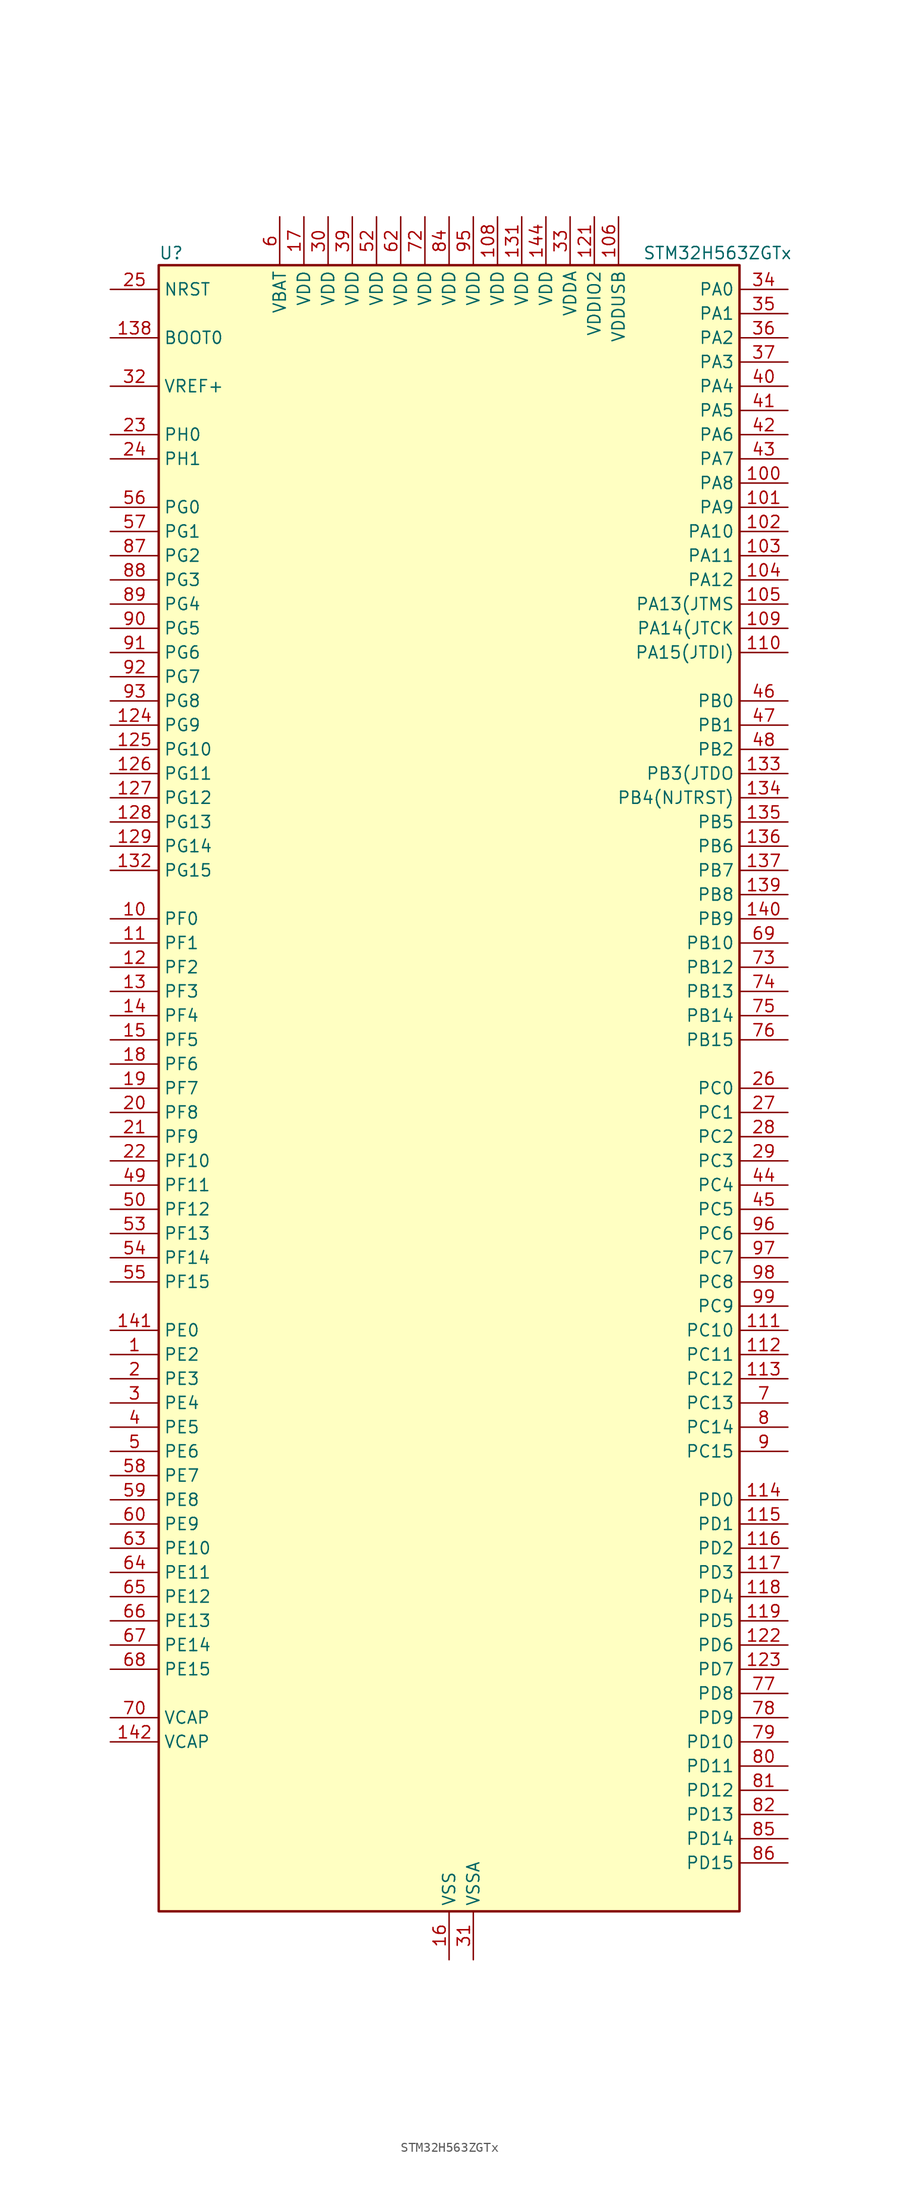
<source format=kicad_sym>
(kicad_symbol_lib
  (version 20231120)
  (generator "kicad_symbol_editor")
  (generator_version "8.0")
  (symbol "STM32H563ZGTx"
    (property "Reference" "U"
      (at -30.48 87.63 0)
      (effects (font (size 1.27 1.27)) (justify left)))
    (property "Value" "STM32H563ZGTx"
      (at 20.32 87.63 0)
      (effects (font (size 1.27 1.27)) (justify left)))
    (property "ki_locked" ""
      (at 0 0 0)
      (effects (font (size 1.27 1.27))))
    (symbol "STM32H563ZGTx_0_1"
      (rectangle (start -30.48 -86.36) (end 30.48 86.36) (stroke (width 0.254) (type default)) (fill (type background))))
    (symbol "STM32H563ZGTx_1_1"
      (pin bidirectional line (at -35.56 -27.94 0) (length 5.08) (name "PE2" (effects (font (size 1.27 1.27)))) (number "1" (effects (font (size 1.27 1.27)))) (alternate "DCMI_D3" bidirectional line) (alternate "DEBUG_TRACECLK" bidirectional line) (alternate "ETH_TXD3" bidirectional line) (alternate "FMC_A23" bidirectional line) (alternate "LPTIM1_IN2" bidirectional line) (alternate "OCTOSPI1_IO2" bidirectional line) (alternate "PSSI_D3" bidirectional line) (alternate "SAI1_CK1" bidirectional line) (alternate "SAI1_MCLK_A" bidirectional line) (alternate "SPI4_SCK" bidirectional line) (alternate "UART8_TX" bidirectional line) (alternate "USART10_RX" bidirectional line))
      (pin bidirectional line (at -35.56 17.78 0) (length 5.08) (name "PF0" (effects (font (size 1.27 1.27)))) (number "10" (effects (font (size 1.27 1.27)))) (alternate "FMC_A0" bidirectional line) (alternate "I2C2_SDA" bidirectional line) (alternate "LPTIM5_CH1" bidirectional line))
      (pin bidirectional line (at 35.56 63.5 180) (length 5.08) (name "PA8" (effects (font (size 1.27 1.27)))) (number "100" (effects (font (size 1.27 1.27)))) (alternate "DCMI_D3" bidirectional line) (alternate "FMC_NOE" bidirectional line) (alternate "I2C3_SCL" bidirectional line) (alternate "PSSI_D3" bidirectional line) (alternate "RCC_MCO_1" bidirectional line) (alternate "SPI1_RDY" bidirectional line) (alternate "TIM1_CH1" bidirectional line) (alternate "TIM8_BKIN2" bidirectional line) (alternate "UART7_RX" bidirectional line) (alternate "USART1_CK" bidirectional line) (alternate "USB_SOF" bidirectional line))
      (pin bidirectional line (at 35.56 60.96 180) (length 5.08) (name "PA9" (effects (font (size 1.27 1.27)))) (number "101" (effects (font (size 1.27 1.27)))) (alternate "DAC1_EXTI9" bidirectional line) (alternate "DCMI_D0" bidirectional line) (alternate "ETH_TX_ER" bidirectional line) (alternate "FMC_NWE" bidirectional line) (alternate "I2C3_SMBA" bidirectional line) (alternate "I2S2_CK" bidirectional line) (alternate "LPUART1_TX" bidirectional line) (alternate "PSSI_D0" bidirectional line) (alternate "SPI2_SCK" bidirectional line) (alternate "TIM1_CH2" bidirectional line) (alternate "UCPD1_DB1" bidirectional line) (alternate "USART1_TX" bidirectional line))
      (pin bidirectional line (at 35.56 58.42 180) (length 5.08) (name "PA10" (effects (font (size 1.27 1.27)))) (number "102" (effects (font (size 1.27 1.27)))) (alternate "DCMI_D1" bidirectional line) (alternate "FDCAN2_TX" bidirectional line) (alternate "LPTIM2_IN2" bidirectional line) (alternate "LPUART1_RX" bidirectional line) (alternate "PSSI_D1" bidirectional line) (alternate "SDMMC1_D0" bidirectional line) (alternate "TIM1_CH3" bidirectional line) (alternate "UCPD1_FRSTX" bidirectional line) (alternate "USART1_RX" bidirectional line))
      (pin bidirectional line (at 35.56 55.88 180) (length 5.08) (name "PA11" (effects (font (size 1.27 1.27)))) (number "103" (effects (font (size 1.27 1.27)))) (alternate "ADC1_EXTI11" bidirectional line) (alternate "ADC2_EXTI11" bidirectional line) (alternate "FDCAN1_RX" bidirectional line) (alternate "I2S2_WS" bidirectional line) (alternate "LPUART1_CTS" bidirectional line) (alternate "SPI2_NSS" bidirectional line) (alternate "TIM1_CH4" bidirectional line) (alternate "UART4_RX" bidirectional line) (alternate "USART1_CTS" bidirectional line) (alternate "USART1_NSS" bidirectional line) (alternate "USB_DM" bidirectional line))
      (pin bidirectional line (at 35.56 53.34 180) (length 5.08) (name "PA12" (effects (font (size 1.27 1.27)))) (number "104" (effects (font (size 1.27 1.27)))) (alternate "FDCAN1_TX" bidirectional line) (alternate "I2S2_CK" bidirectional line) (alternate "LPUART1_RTS" bidirectional line) (alternate "SAI2_FS_B" bidirectional line) (alternate "SPI2_SCK" bidirectional line) (alternate "TIM1_ETR" bidirectional line) (alternate "UART4_TX" bidirectional line) (alternate "USART1_RTS" bidirectional line) (alternate "USB_DP" bidirectional line))
      (pin bidirectional line (at 35.56 50.8 180) (length 5.08) (name "PA13(JTMS" (effects (font (size 1.27 1.27)))) (number "105" (effects (font (size 1.27 1.27)))) (alternate "DEBUG_JTMS-SWDIO" bidirectional line))
      (pin power_in line (at 17.78 91.44 270) (length 5.08) (name "VDDUSB" (effects (font (size 1.27 1.27)))) (number "106" (effects (font (size 1.27 1.27)))))
      (pin passive line (at 0 -91.44 90) (length 5.08) hide (name "VSS" (effects (font (size 1.27 1.27)))) (number "107" (effects (font (size 1.27 1.27)))))
      (pin power_in line (at 5.08 91.44 270) (length 5.08) (name "VDD" (effects (font (size 1.27 1.27)))) (number "108" (effects (font (size 1.27 1.27)))))
      (pin bidirectional line (at 35.56 48.26 180) (length 5.08) (name "PA14(JTCK" (effects (font (size 1.27 1.27)))) (number "109" (effects (font (size 1.27 1.27)))) (alternate "DEBUG_JTCK-SWCLK" bidirectional line))
      (pin bidirectional line (at -35.56 15.24 0) (length 5.08) (name "PF1" (effects (font (size 1.27 1.27)))) (number "11" (effects (font (size 1.27 1.27)))) (alternate "FMC_A1" bidirectional line) (alternate "I2C2_SCL" bidirectional line) (alternate "LPTIM5_CH2" bidirectional line))
      (pin bidirectional line (at 35.56 45.72 180) (length 5.08) (name "PA15(JTDI)" (effects (font (size 1.27 1.27)))) (number "110" (effects (font (size 1.27 1.27)))) (alternate "ADC1_EXTI15" bidirectional line) (alternate "ADC2_EXTI15" bidirectional line) (alternate "CEC" bidirectional line) (alternate "DCMI_D11" bidirectional line) (alternate "DEBUG_JTDI" bidirectional line) (alternate "FMC_NBL1" bidirectional line) (alternate "I2S1_WS" bidirectional line) (alternate "I2S3_WS" bidirectional line) (alternate "LPTIM3_IN2" bidirectional line) (alternate "PSSI_D11" bidirectional line) (alternate "SPI1_NSS" bidirectional line) (alternate "SPI3_NSS" bidirectional line) (alternate "SPI6_NSS" bidirectional line) (alternate "TIM2_CH1" bidirectional line) (alternate "TIM2_ETR" bidirectional line) (alternate "UART4_DE" bidirectional line) (alternate "UART4_RTS" bidirectional line) (alternate "UART7_TX" bidirectional line))
      (pin bidirectional line (at 35.56 -25.4 180) (length 5.08) (name "PC10" (effects (font (size 1.27 1.27)))) (number "111" (effects (font (size 1.27 1.27)))) (alternate "DCMI_D8" bidirectional line) (alternate "ETH_TXD0" bidirectional line) (alternate "I2S3_CK" bidirectional line) (alternate "LPTIM3_ETR" bidirectional line) (alternate "OCTOSPI1_IO1" bidirectional line) (alternate "PSSI_D8" bidirectional line) (alternate "SDMMC1_D2" bidirectional line) (alternate "SPI3_SCK" bidirectional line) (alternate "UART4_TX" bidirectional line) (alternate "USART3_TX" bidirectional line))
      (pin bidirectional line (at 35.56 -27.94 180) (length 5.08) (name "PC11" (effects (font (size 1.27 1.27)))) (number "112" (effects (font (size 1.27 1.27)))) (alternate "ADC1_EXTI11" bidirectional line) (alternate "ADC2_EXTI11" bidirectional line) (alternate "DCMI_D4" bidirectional line) (alternate "I2S3_SDI" bidirectional line) (alternate "LPTIM3_IN1" bidirectional line) (alternate "OCTOSPI1_NCS" bidirectional line) (alternate "PSSI_D4" bidirectional line) (alternate "SDMMC1_D3" bidirectional line) (alternate "SPI3_MISO" bidirectional line) (alternate "UART4_RX" bidirectional line) (alternate "USART3_RX" bidirectional line))
      (pin bidirectional line (at 35.56 -30.48 180) (length 5.08) (name "PC12" (effects (font (size 1.27 1.27)))) (number "113" (effects (font (size 1.27 1.27)))) (alternate "DCMI_D9" bidirectional line) (alternate "DEBUG_TRACED3" bidirectional line) (alternate "I2S3_SDO" bidirectional line) (alternate "PSSI_D9" bidirectional line) (alternate "SDMMC1_CK" bidirectional line) (alternate "SPI3_MOSI" bidirectional line) (alternate "SPI6_SCK" bidirectional line) (alternate "TIM15_CH1" bidirectional line) (alternate "UART5_TX" bidirectional line) (alternate "USART3_CK" bidirectional line))
      (pin bidirectional line (at 35.56 -43.18 180) (length 5.08) (name "PD0" (effects (font (size 1.27 1.27)))) (number "114" (effects (font (size 1.27 1.27)))) (alternate "FDCAN1_RX" bidirectional line) (alternate "FMC_D2" bidirectional line) (alternate "FMC_DA2" bidirectional line) (alternate "TIM8_CH4N" bidirectional line) (alternate "UART4_RX" bidirectional line) (alternate "UART9_CTS" bidirectional line))
      (pin bidirectional line (at 35.56 -45.72 180) (length 5.08) (name "PD1" (effects (font (size 1.27 1.27)))) (number "115" (effects (font (size 1.27 1.27)))) (alternate "FDCAN1_TX" bidirectional line) (alternate "FMC_D3" bidirectional line) (alternate "FMC_DA3" bidirectional line) (alternate "UART4_TX" bidirectional line))
      (pin bidirectional line (at 35.56 -48.26 180) (length 5.08) (name "PD2" (effects (font (size 1.27 1.27)))) (number "116" (effects (font (size 1.27 1.27)))) (alternate "DCMI_D11" bidirectional line) (alternate "DEBUG_TRACED2" bidirectional line) (alternate "LPTIM4_ETR" bidirectional line) (alternate "PSSI_D11" bidirectional line) (alternate "PWR_WKUP7" bidirectional line) (alternate "SDMMC1_CMD" bidirectional line) (alternate "TIM15_BKIN" bidirectional line) (alternate "TIM3_ETR" bidirectional line) (alternate "UART5_RX" bidirectional line))
      (pin bidirectional line (at 35.56 -50.8 180) (length 5.08) (name "PD3" (effects (font (size 1.27 1.27)))) (number "117" (effects (font (size 1.27 1.27)))) (alternate "DCMI_D5" bidirectional line) (alternate "FMC_CLK" bidirectional line) (alternate "I2S2_CK" bidirectional line) (alternate "PSSI_D5" bidirectional line) (alternate "PWR_WKUP8" bidirectional line) (alternate "SPI2_SCK" bidirectional line) (alternate "USART2_CTS" bidirectional line) (alternate "USART2_NSS" bidirectional line))
      (pin bidirectional line (at 35.56 -53.34 180) (length 5.08) (name "PD4" (effects (font (size 1.27 1.27)))) (number "118" (effects (font (size 1.27 1.27)))) (alternate "FMC_NOE" bidirectional line) (alternate "OCTOSPI1_IO4" bidirectional line) (alternate "USART2_RTS" bidirectional line))
      (pin bidirectional line (at 35.56 -55.88 180) (length 5.08) (name "PD5" (effects (font (size 1.27 1.27)))) (number "119" (effects (font (size 1.27 1.27)))) (alternate "FDCAN1_TX" bidirectional line) (alternate "FMC_NWE" bidirectional line) (alternate "OCTOSPI1_IO5" bidirectional line) (alternate "SPI2_RDY" bidirectional line) (alternate "TIM1_CH4N" bidirectional line) (alternate "USART2_TX" bidirectional line))
      (pin bidirectional line (at -35.56 12.7 0) (length 5.08) (name "PF2" (effects (font (size 1.27 1.27)))) (number "12" (effects (font (size 1.27 1.27)))) (alternate "FMC_A2" bidirectional line) (alternate "I2C2_SMBA" bidirectional line) (alternate "LPTIM3_CH2" bidirectional line) (alternate "LPTIM3_IN2" bidirectional line) (alternate "LPTIM5_IN1" bidirectional line) (alternate "UART12_TX" bidirectional line) (alternate "USART11_CK" bidirectional line))
      (pin passive line (at 0 -91.44 90) (length 5.08) hide (name "VSS" (effects (font (size 1.27 1.27)))) (number "120" (effects (font (size 1.27 1.27)))))
      (pin power_in line (at 15.24 91.44 270) (length 5.08) (name "VDDIO2" (effects (font (size 1.27 1.27)))) (number "121" (effects (font (size 1.27 1.27)))))
      (pin bidirectional line (at 35.56 -58.42 180) (length 5.08) (name "PD6" (effects (font (size 1.27 1.27)))) (number "122" (effects (font (size 1.27 1.27)))) (alternate "DCMI_D10" bidirectional line) (alternate "FMC_NWAIT" bidirectional line) (alternate "I2S3_SDO" bidirectional line) (alternate "OCTOSPI1_IO6" bidirectional line) (alternate "PSSI_D10" bidirectional line) (alternate "SAI1_D1" bidirectional line) (alternate "SAI1_SD_A" bidirectional line) (alternate "SDMMC2_CK" bidirectional line) (alternate "SPI3_MOSI" bidirectional line) (alternate "USART2_RX" bidirectional line))
      (pin bidirectional line (at 35.56 -60.96 180) (length 5.08) (name "PD7" (effects (font (size 1.27 1.27)))) (number "123" (effects (font (size 1.27 1.27)))) (alternate "FMC_NCE" bidirectional line) (alternate "FMC_NE1" bidirectional line) (alternate "I2S1_SDO" bidirectional line) (alternate "LPTIM4_OUT" bidirectional line) (alternate "OCTOSPI1_IO7" bidirectional line) (alternate "SDMMC2_CMD" bidirectional line) (alternate "SPI1_MOSI" bidirectional line) (alternate "USART2_CK" bidirectional line))
      (pin bidirectional line (at -35.56 38.1 0) (length 5.08) (name "PG9" (effects (font (size 1.27 1.27)))) (number "124" (effects (font (size 1.27 1.27)))) (alternate "DAC1_EXTI9" bidirectional line) (alternate "DCMI_VSYNC" bidirectional line) (alternate "FMC_NCE" bidirectional line) (alternate "FMC_NE2" bidirectional line) (alternate "I2S1_SDI" bidirectional line) (alternate "OCTOSPI1_IO6" bidirectional line) (alternate "PSSI_RDY" bidirectional line) (alternate "SAI2_FS_B" bidirectional line) (alternate "SDMMC2_D0" bidirectional line) (alternate "SPI1_MISO" bidirectional line) (alternate "USART6_RX" bidirectional line))
      (pin bidirectional line (at -35.56 35.56 0) (length 5.08) (name "PG10" (effects (font (size 1.27 1.27)))) (number "125" (effects (font (size 1.27 1.27)))) (alternate "DCMI_D2" bidirectional line) (alternate "FMC_NE3" bidirectional line) (alternate "I2S1_WS" bidirectional line) (alternate "PSSI_D2" bidirectional line) (alternate "SAI2_SD_B" bidirectional line) (alternate "SDMMC2_D1" bidirectional line) (alternate "SPI1_NSS" bidirectional line))
      (pin bidirectional line (at -35.56 33.02 0) (length 5.08) (name "PG11" (effects (font (size 1.27 1.27)))) (number "126" (effects (font (size 1.27 1.27)))) (alternate "ADC1_EXTI11" bidirectional line) (alternate "ADC2_EXTI11" bidirectional line) (alternate "DCMI_D3" bidirectional line) (alternate "ETH_TX_EN" bidirectional line) (alternate "I2S1_CK" bidirectional line) (alternate "LPTIM1_IN2" bidirectional line) (alternate "PSSI_D3" bidirectional line) (alternate "SDMMC2_D2" bidirectional line) (alternate "SPI1_SCK" bidirectional line) (alternate "USART10_RX" bidirectional line) (alternate "USART11_RTS" bidirectional line))
      (pin bidirectional line (at -35.56 30.48 0) (length 5.08) (name "PG12" (effects (font (size 1.27 1.27)))) (number "127" (effects (font (size 1.27 1.27)))) (alternate "DCMI_D11" bidirectional line) (alternate "ETH_TXD1" bidirectional line) (alternate "FMC_NE4" bidirectional line) (alternate "LPTIM1_IN1" bidirectional line) (alternate "LPTIM5_CH1" bidirectional line) (alternate "PSSI_D11" bidirectional line) (alternate "PSSI_D15" bidirectional line) (alternate "SDMMC2_D3" bidirectional line) (alternate "SPI6_MISO" bidirectional line) (alternate "USART10_TX" bidirectional line) (alternate "USART6_RTS" bidirectional line))
      (pin bidirectional line (at -35.56 27.94 0) (length 5.08) (name "PG13" (effects (font (size 1.27 1.27)))) (number "128" (effects (font (size 1.27 1.27)))) (alternate "DEBUG_TRACED0" bidirectional line) (alternate "ETH_TXD0" bidirectional line) (alternate "FMC_A24" bidirectional line) (alternate "LPTIM1_CH1" bidirectional line) (alternate "LPTIM5_CH2" bidirectional line) (alternate "SDMMC2_D6" bidirectional line) (alternate "SPI6_SCK" bidirectional line) (alternate "USART10_CTS" bidirectional line) (alternate "USART10_NSS" bidirectional line) (alternate "USART6_CTS" bidirectional line) (alternate "USART6_NSS" bidirectional line))
      (pin bidirectional line (at -35.56 25.4 0) (length 5.08) (name "PG14" (effects (font (size 1.27 1.27)))) (number "129" (effects (font (size 1.27 1.27)))) (alternate "DEBUG_TRACED1" bidirectional line) (alternate "ETH_TXD1" bidirectional line) (alternate "FMC_A25" bidirectional line) (alternate "LPTIM1_CH2" bidirectional line) (alternate "LPTIM1_ETR" bidirectional line) (alternate "LPTIM5_IN1" bidirectional line) (alternate "OCTOSPI1_IO7" bidirectional line) (alternate "SDMMC2_D7" bidirectional line) (alternate "SPI6_MOSI" bidirectional line) (alternate "USART10_RTS" bidirectional line) (alternate "USART6_TX" bidirectional line))
      (pin bidirectional line (at -35.56 10.16 0) (length 5.08) (name "PF3" (effects (font (size 1.27 1.27)))) (number "13" (effects (font (size 1.27 1.27)))) (alternate "FMC_A3" bidirectional line) (alternate "LPTIM3_IN1" bidirectional line) (alternate "LPTIM5_IN2" bidirectional line) (alternate "USART11_TX" bidirectional line))
      (pin passive line (at 0 -91.44 90) (length 5.08) hide (name "VSS" (effects (font (size 1.27 1.27)))) (number "130" (effects (font (size 1.27 1.27)))))
      (pin power_in line (at 7.62 91.44 270) (length 5.08) (name "VDD" (effects (font (size 1.27 1.27)))) (number "131" (effects (font (size 1.27 1.27)))))
      (pin bidirectional line (at -35.56 22.86 0) (length 5.08) (name "PG15" (effects (font (size 1.27 1.27)))) (number "132" (effects (font (size 1.27 1.27)))) (alternate "ADC1_EXTI15" bidirectional line) (alternate "ADC2_EXTI15" bidirectional line) (alternate "DCMI_D13" bidirectional line) (alternate "FMC_SDNCAS" bidirectional line) (alternate "PSSI_D13" bidirectional line) (alternate "SPI4_RDY" bidirectional line) (alternate "USART10_CK" bidirectional line) (alternate "USART6_CTS" bidirectional line) (alternate "USART6_NSS" bidirectional line))
      (pin bidirectional line (at 35.56 33.02 180) (length 5.08) (name "PB3(JTDO" (effects (font (size 1.27 1.27)))) (number "133" (effects (font (size 1.27 1.27)))) (alternate "CRS_SYNC" bidirectional line) (alternate "DEBUG_JTDO-SWO" bidirectional line) (alternate "I2C2_SDA" bidirectional line) (alternate "I2S1_CK" bidirectional line) (alternate "I2S3_CK" bidirectional line) (alternate "LPTIM6_ETR" bidirectional line) (alternate "SDMMC2_D2" bidirectional line) (alternate "SPI1_SCK" bidirectional line) (alternate "SPI3_SCK" bidirectional line) (alternate "SPI6_SCK" bidirectional line) (alternate "TIM2_CH2" bidirectional line) (alternate "UART12_CTS" bidirectional line) (alternate "UART7_RX" bidirectional line))
      (pin bidirectional line (at 35.56 30.48 180) (length 5.08) (name "PB4(NJTRST)" (effects (font (size 1.27 1.27)))) (number "134" (effects (font (size 1.27 1.27)))) (alternate "DCMI_D7" bidirectional line) (alternate "DEBUG_JTRST" bidirectional line) (alternate "I2S1_SDI" bidirectional line) (alternate "I2S2_WS" bidirectional line) (alternate "I2S3_SDI" bidirectional line) (alternate "LPTIM1_CH2" bidirectional line) (alternate "OCTOSPI1_CLK" bidirectional line) (alternate "PSSI_D7" bidirectional line) (alternate "SDMMC2_D3" bidirectional line) (alternate "SPI1_MISO" bidirectional line) (alternate "SPI2_NSS" bidirectional line) (alternate "SPI3_MISO" bidirectional line) (alternate "SPI6_MISO" bidirectional line) (alternate "TIM16_BKIN" bidirectional line) (alternate "TIM3_CH1" bidirectional line) (alternate "UART7_TX" bidirectional line))
      (pin bidirectional line (at 35.56 27.94 180) (length 5.08) (name "PB5" (effects (font (size 1.27 1.27)))) (number "135" (effects (font (size 1.27 1.27)))) (alternate "DCMI_D10" bidirectional line) (alternate "ETH_PPS_OUT" bidirectional line) (alternate "FDCAN2_RX" bidirectional line) (alternate "FMC_SDCKE1" bidirectional line) (alternate "I2C1_SMBA" bidirectional line) (alternate "I2C4_SMBA" bidirectional line) (alternate "I2S1_SDO" bidirectional line) (alternate "I2S3_SDO" bidirectional line) (alternate "OCTOSPI1_NCLK" bidirectional line) (alternate "PSSI_D10" bidirectional line) (alternate "SPI1_MOSI" bidirectional line) (alternate "SPI3_MOSI" bidirectional line) (alternate "SPI6_MOSI" bidirectional line) (alternate "TIM17_BKIN" bidirectional line) (alternate "TIM3_CH2" bidirectional line) (alternate "UART5_RX" bidirectional line))
      (pin bidirectional line (at 35.56 25.4 180) (length 5.08) (name "PB6" (effects (font (size 1.27 1.27)))) (number "136" (effects (font (size 1.27 1.27)))) (alternate "CEC" bidirectional line) (alternate "DCMI_D5" bidirectional line) (alternate "FDCAN2_TX" bidirectional line) (alternate "FMC_SDNE1" bidirectional line) (alternate "I2C1_SCL" bidirectional line) (alternate "I2C4_SCL" bidirectional line) (alternate "I3C1_SCL" bidirectional line) (alternate "LPUART1_TX" bidirectional line) (alternate "OCTOSPI1_NCS" bidirectional line) (alternate "PSSI_D5" bidirectional line) (alternate "TIM16_CH1N" bidirectional line) (alternate "TIM4_CH1" bidirectional line) (alternate "UART5_TX" bidirectional line) (alternate "USART1_TX" bidirectional line))
      (pin bidirectional line (at 35.56 22.86 180) (length 5.08) (name "PB7" (effects (font (size 1.27 1.27)))) (number "137" (effects (font (size 1.27 1.27)))) (alternate "DCMI_VSYNC" bidirectional line) (alternate "FDCAN1_TX" bidirectional line) (alternate "FMC_NL" bidirectional line) (alternate "I2C1_SDA" bidirectional line) (alternate "I2C4_SDA" bidirectional line) (alternate "I3C1_SDA" bidirectional line) (alternate "LPUART1_RX" bidirectional line) (alternate "PSSI_RDY" bidirectional line) (alternate "PWR_WKUP5" bidirectional line) (alternate "SDMMC2_CKIN" bidirectional line) (alternate "SDMMC2_D5" bidirectional line) (alternate "TIM17_CH1N" bidirectional line) (alternate "TIM4_CH2" bidirectional line) (alternate "USART1_RX" bidirectional line))
      (pin input line (at -35.56 78.74 0) (length 5.08) (name "BOOT0" (effects (font (size 1.27 1.27)))) (number "138" (effects (font (size 1.27 1.27)))))
      (pin bidirectional line (at 35.56 20.32 180) (length 5.08) (name "PB8" (effects (font (size 1.27 1.27)))) (number "139" (effects (font (size 1.27 1.27)))) (alternate "DCMI_D6" bidirectional line) (alternate "ETH_TXD3" bidirectional line) (alternate "FDCAN1_RX" bidirectional line) (alternate "I2C1_SCL" bidirectional line) (alternate "I2C4_SCL" bidirectional line) (alternate "I3C1_SCL" bidirectional line) (alternate "PSSI_D6" bidirectional line) (alternate "SDMMC1_CKIN" bidirectional line) (alternate "SDMMC1_D4" bidirectional line) (alternate "SDMMC2_D4" bidirectional line) (alternate "SPI4_RDY" bidirectional line) (alternate "TIM16_CH1" bidirectional line) (alternate "TIM4_CH3" bidirectional line) (alternate "UART4_RX" bidirectional line))
      (pin bidirectional line (at -35.56 7.62 0) (length 5.08) (name "PF4" (effects (font (size 1.27 1.27)))) (number "14" (effects (font (size 1.27 1.27)))) (alternate "FMC_A4" bidirectional line) (alternate "LPTIM3_ETR" bidirectional line) (alternate "USART11_RX" bidirectional line))
      (pin bidirectional line (at 35.56 17.78 180) (length 5.08) (name "PB9" (effects (font (size 1.27 1.27)))) (number "140" (effects (font (size 1.27 1.27)))) (alternate "DAC1_EXTI9" bidirectional line) (alternate "DCMI_D7" bidirectional line) (alternate "FDCAN1_TX" bidirectional line) (alternate "I2C1_SDA" bidirectional line) (alternate "I2C4_SDA" bidirectional line) (alternate "I2S2_WS" bidirectional line) (alternate "I3C1_SDA" bidirectional line) (alternate "PSSI_D7" bidirectional line) (alternate "SDMMC1_CDIR" bidirectional line) (alternate "SDMMC1_D5" bidirectional line) (alternate "SDMMC2_CKIN" bidirectional line) (alternate "SDMMC2_D5" bidirectional line) (alternate "SPI2_NSS" bidirectional line) (alternate "TIM17_CH1" bidirectional line) (alternate "TIM4_CH4" bidirectional line) (alternate "UART4_TX" bidirectional line))
      (pin bidirectional line (at -35.56 -25.4 0) (length 5.08) (name "PE0" (effects (font (size 1.27 1.27)))) (number "141" (effects (font (size 1.27 1.27)))) (alternate "DCMI_D2" bidirectional line) (alternate "FDCAN1_RX" bidirectional line) (alternate "FMC_NBL0" bidirectional line) (alternate "LPTIM1_ETR" bidirectional line) (alternate "LPTIM2_CH2" bidirectional line) (alternate "LPTIM2_ETR" bidirectional line) (alternate "PSSI_D2" bidirectional line) (alternate "SAI2_MCLK_A" bidirectional line) (alternate "SPI3_RDY" bidirectional line) (alternate "TIM4_ETR" bidirectional line) (alternate "UART8_RX" bidirectional line))
      (pin power_out line (at -35.56 -68.58 0) (length 5.08) (name "VCAP" (effects (font (size 1.27 1.27)))) (number "142" (effects (font (size 1.27 1.27)))))
      (pin passive line (at 0 -91.44 90) (length 5.08) hide (name "VSS" (effects (font (size 1.27 1.27)))) (number "143" (effects (font (size 1.27 1.27)))))
      (pin power_in line (at 10.16 91.44 270) (length 5.08) (name "VDD" (effects (font (size 1.27 1.27)))) (number "144" (effects (font (size 1.27 1.27)))))
      (pin bidirectional line (at -35.56 5.08 0) (length 5.08) (name "PF5" (effects (font (size 1.27 1.27)))) (number "15" (effects (font (size 1.27 1.27)))) (alternate "FMC_A5" bidirectional line) (alternate "I2C4_SCL" bidirectional line) (alternate "I3C1_SCL" bidirectional line) (alternate "LPTIM3_CH1" bidirectional line) (alternate "LPTIM3_IN1" bidirectional line) (alternate "UART12_RX" bidirectional line) (alternate "USART11_CTS" bidirectional line) (alternate "USART11_NSS" bidirectional line))
      (pin power_in line (at 0 -91.44 90) (length 5.08) (name "VSS" (effects (font (size 1.27 1.27)))) (number "16" (effects (font (size 1.27 1.27)))))
      (pin power_in line (at -15.24 91.44 270) (length 5.08) (name "VDD" (effects (font (size 1.27 1.27)))) (number "17" (effects (font (size 1.27 1.27)))))
      (pin bidirectional line (at -35.56 2.54 0) (length 5.08) (name "PF6" (effects (font (size 1.27 1.27)))) (number "18" (effects (font (size 1.27 1.27)))) (alternate "LPTIM5_CH1" bidirectional line) (alternate "OCTOSPI1_IO3" bidirectional line) (alternate "SAI1_SD_B" bidirectional line) (alternate "SPI5_NSS" bidirectional line) (alternate "TIM16_CH1" bidirectional line) (alternate "UART7_RX" bidirectional line))
      (pin bidirectional line (at -35.56 0 0) (length 5.08) (name "PF7" (effects (font (size 1.27 1.27)))) (number "19" (effects (font (size 1.27 1.27)))) (alternate "LPTIM5_CH2" bidirectional line) (alternate "OCTOSPI1_IO2" bidirectional line) (alternate "SAI1_MCLK_B" bidirectional line) (alternate "SPI5_SCK" bidirectional line) (alternate "TIM17_CH1" bidirectional line) (alternate "UART7_TX" bidirectional line))
      (pin bidirectional line (at -35.56 -30.48 0) (length 5.08) (name "PE3" (effects (font (size 1.27 1.27)))) (number "2" (effects (font (size 1.27 1.27)))) (alternate "DEBUG_TRACED0" bidirectional line) (alternate "FMC_A19" bidirectional line) (alternate "SAI1_SD_B" bidirectional line) (alternate "TAMP_IN6" bidirectional line) (alternate "TAMP_OUT3" bidirectional line) (alternate "TIM15_BKIN" bidirectional line) (alternate "USART10_TX" bidirectional line))
      (pin bidirectional line (at -35.56 -2.54 0) (length 5.08) (name "PF8" (effects (font (size 1.27 1.27)))) (number "20" (effects (font (size 1.27 1.27)))) (alternate "LPTIM5_IN1" bidirectional line) (alternate "OCTOSPI1_IO0" bidirectional line) (alternate "SAI1_SCK_B" bidirectional line) (alternate "SPI5_MISO" bidirectional line) (alternate "TIM13_CH1" bidirectional line) (alternate "TIM16_CH1N" bidirectional line) (alternate "UART7_RTS" bidirectional line))
      (pin bidirectional line (at -35.56 -5.08 0) (length 5.08) (name "PF9" (effects (font (size 1.27 1.27)))) (number "21" (effects (font (size 1.27 1.27)))) (alternate "DAC1_EXTI9" bidirectional line) (alternate "LPTIM5_IN2" bidirectional line) (alternate "OCTOSPI1_IO1" bidirectional line) (alternate "SAI1_FS_B" bidirectional line) (alternate "SPI5_MOSI" bidirectional line) (alternate "TIM14_CH1" bidirectional line) (alternate "TIM17_CH1N" bidirectional line) (alternate "UART7_CTS" bidirectional line))
      (pin bidirectional line (at -35.56 -7.62 0) (length 5.08) (name "PF10" (effects (font (size 1.27 1.27)))) (number "22" (effects (font (size 1.27 1.27)))) (alternate "DCMI_D11" bidirectional line) (alternate "OCTOSPI1_CLK" bidirectional line) (alternate "PSSI_D11" bidirectional line) (alternate "PSSI_D15" bidirectional line) (alternate "SAI1_D3" bidirectional line) (alternate "TIM16_BKIN" bidirectional line))
      (pin bidirectional line (at -35.56 68.58 0) (length 5.08) (name "PH0" (effects (font (size 1.27 1.27)))) (number "23" (effects (font (size 1.27 1.27)))) (alternate "RCC_OSC_IN" bidirectional line))
      (pin bidirectional line (at -35.56 66.04 0) (length 5.08) (name "PH1" (effects (font (size 1.27 1.27)))) (number "24" (effects (font (size 1.27 1.27)))) (alternate "RCC_OSC_OUT" bidirectional line))
      (pin input line (at -35.56 83.82 0) (length 5.08) (name "NRST" (effects (font (size 1.27 1.27)))) (number "25" (effects (font (size 1.27 1.27)))))
      (pin bidirectional line (at 35.56 0 180) (length 5.08) (name "PC0" (effects (font (size 1.27 1.27)))) (number "26" (effects (font (size 1.27 1.27)))) (alternate "ADC1_INP10" bidirectional line) (alternate "ADC2_INP10" bidirectional line) (alternate "FMC_A25" bidirectional line) (alternate "FMC_SDNWE" bidirectional line) (alternate "OCTOSPI1_IO7" bidirectional line) (alternate "SAI1_MCLK_A" bidirectional line) (alternate "SAI2_FS_B" bidirectional line) (alternate "SPI2_RDY" bidirectional line) (alternate "TIM16_BKIN" bidirectional line))
      (pin bidirectional line (at 35.56 -2.54 180) (length 5.08) (name "PC1" (effects (font (size 1.27 1.27)))) (number "27" (effects (font (size 1.27 1.27)))) (alternate "ADC1_INN10" bidirectional line) (alternate "ADC1_INP11" bidirectional line) (alternate "ADC2_INN10" bidirectional line) (alternate "ADC2_INP11" bidirectional line) (alternate "DEBUG_TRACED0" bidirectional line) (alternate "ETH_MDC" bidirectional line) (alternate "I2S2_SDO" bidirectional line) (alternate "OCTOSPI1_IO4" bidirectional line) (alternate "PWR_WKUP6" bidirectional line) (alternate "SAI1_D1" bidirectional line) (alternate "SAI1_SD_A" bidirectional line) (alternate "SAI2_SD_A" bidirectional line) (alternate "SDMMC2_CK" bidirectional line) (alternate "SPI2_MOSI" bidirectional line) (alternate "TAMP_IN3" bidirectional line) (alternate "TAMP_OUT5" bidirectional line) (alternate "USART11_RTS" bidirectional line))
      (pin bidirectional line (at 35.56 -5.08 180) (length 5.08) (name "PC2" (effects (font (size 1.27 1.27)))) (number "28" (effects (font (size 1.27 1.27)))) (alternate "ADC1_INN11" bidirectional line) (alternate "ADC1_INP12" bidirectional line) (alternate "ADC2_INN11" bidirectional line) (alternate "ADC2_INP12" bidirectional line) (alternate "ETH_TXD2" bidirectional line) (alternate "FMC_SDNE0" bidirectional line) (alternate "I2S2_SDI" bidirectional line) (alternate "OCTOSPI1_IO2" bidirectional line) (alternate "OCTOSPI1_IO5" bidirectional line) (alternate "PWR_CSLEEP" bidirectional line) (alternate "SPI2_MISO" bidirectional line) (alternate "TIM17_CH1" bidirectional line) (alternate "TIM4_CH4" bidirectional line))
      (pin bidirectional line (at 35.56 -7.62 180) (length 5.08) (name "PC3" (effects (font (size 1.27 1.27)))) (number "29" (effects (font (size 1.27 1.27)))) (alternate "ADC1_INN12" bidirectional line) (alternate "ADC1_INP13" bidirectional line) (alternate "ADC2_INN12" bidirectional line) (alternate "ADC2_INP13" bidirectional line) (alternate "ETH_TX_CLK" bidirectional line) (alternate "FMC_SDCKE0" bidirectional line) (alternate "I2S2_SDO" bidirectional line) (alternate "LPTIM3_CH1" bidirectional line) (alternate "OCTOSPI1_IO0" bidirectional line) (alternate "OCTOSPI1_IO6" bidirectional line) (alternate "PWR_CSTOP" bidirectional line) (alternate "SAI1_D3" bidirectional line) (alternate "SPI2_MOSI" bidirectional line))
      (pin bidirectional line (at -35.56 -33.02 0) (length 5.08) (name "PE4" (effects (font (size 1.27 1.27)))) (number "3" (effects (font (size 1.27 1.27)))) (alternate "DCMI_D4" bidirectional line) (alternate "DEBUG_TRACED1" bidirectional line) (alternate "FMC_A20" bidirectional line) (alternate "PSSI_D4" bidirectional line) (alternate "SAI1_D2" bidirectional line) (alternate "SAI1_FS_A" bidirectional line) (alternate "SPI4_NSS" bidirectional line) (alternate "TAMP_IN7" bidirectional line) (alternate "TAMP_OUT8" bidirectional line) (alternate "TIM15_CH1N" bidirectional line))
      (pin power_in line (at -12.7 91.44 270) (length 5.08) (name "VDD" (effects (font (size 1.27 1.27)))) (number "30" (effects (font (size 1.27 1.27)))))
      (pin power_in line (at 2.54 -91.44 90) (length 5.08) (name "VSSA" (effects (font (size 1.27 1.27)))) (number "31" (effects (font (size 1.27 1.27)))))
      (pin input line (at -35.56 73.66 0) (length 5.08) (name "VREF+" (effects (font (size 1.27 1.27)))) (number "32" (effects (font (size 1.27 1.27)))))
      (pin power_in line (at 12.7 91.44 270) (length 5.08) (name "VDDA" (effects (font (size 1.27 1.27)))) (number "33" (effects (font (size 1.27 1.27)))))
      (pin bidirectional line (at 35.56 83.82 180) (length 5.08) (name "PA0" (effects (font (size 1.27 1.27)))) (number "34" (effects (font (size 1.27 1.27)))) (alternate "ADC1_INN1" bidirectional line) (alternate "ADC1_INP0" bidirectional line) (alternate "ADC2_INN1" bidirectional line) (alternate "ADC2_INP0" bidirectional line) (alternate "ETH_CRS" bidirectional line) (alternate "PWR_WKUP1" bidirectional line) (alternate "SAI2_SD_B" bidirectional line) (alternate "SDMMC2_CMD" bidirectional line) (alternate "SPI3_RDY" bidirectional line) (alternate "SPI6_NSS" bidirectional line) (alternate "TAMP_IN2" bidirectional line) (alternate "TAMP_OUT1" bidirectional line) (alternate "TIM15_BKIN" bidirectional line) (alternate "TIM2_CH1" bidirectional line) (alternate "TIM2_ETR" bidirectional line) (alternate "TIM5_CH1" bidirectional line) (alternate "TIM8_ETR" bidirectional line) (alternate "UART4_TX" bidirectional line) (alternate "USART2_CTS" bidirectional line) (alternate "USART2_NSS" bidirectional line))
      (pin bidirectional line (at 35.56 81.28 180) (length 5.08) (name "PA1" (effects (font (size 1.27 1.27)))) (number "35" (effects (font (size 1.27 1.27)))) (alternate "ADC1_INP1" bidirectional line) (alternate "ADC2_INP1" bidirectional line) (alternate "ETH_REF_CLK" bidirectional line) (alternate "ETH_RX_CLK" bidirectional line) (alternate "LPTIM1_IN1" bidirectional line) (alternate "OCTOSPI1_DQS" bidirectional line) (alternate "OCTOSPI1_IO3" bidirectional line) (alternate "SAI2_MCLK_B" bidirectional line) (alternate "TAMP_IN5" bidirectional line) (alternate "TAMP_OUT4" bidirectional line) (alternate "TIM15_CH1N" bidirectional line) (alternate "TIM2_CH2" bidirectional line) (alternate "TIM5_CH2" bidirectional line) (alternate "UART4_RX" bidirectional line) (alternate "USART2_RTS" bidirectional line))
      (pin bidirectional line (at 35.56 78.74 180) (length 5.08) (name "PA2" (effects (font (size 1.27 1.27)))) (number "36" (effects (font (size 1.27 1.27)))) (alternate "ADC1_INP14" bidirectional line) (alternate "ADC2_INP14" bidirectional line) (alternate "ETH_MDIO" bidirectional line) (alternate "LPTIM1_IN2" bidirectional line) (alternate "PWR_WKUP2" bidirectional line) (alternate "SAI2_SCK_B" bidirectional line) (alternate "TAMP_IN4" bidirectional line) (alternate "TAMP_OUT3" bidirectional line) (alternate "TIM15_CH1" bidirectional line) (alternate "TIM2_CH3" bidirectional line) (alternate "TIM5_CH3" bidirectional line) (alternate "USART2_TX" bidirectional line))
      (pin bidirectional line (at 35.56 76.2 180) (length 5.08) (name "PA3" (effects (font (size 1.27 1.27)))) (number "37" (effects (font (size 1.27 1.27)))) (alternate "ADC1_INP15" bidirectional line) (alternate "ADC2_INP15" bidirectional line) (alternate "ETH_COL" bidirectional line) (alternate "I2S2_WS" bidirectional line) (alternate "OCTOSPI1_CLK" bidirectional line) (alternate "SAI1_SD_B" bidirectional line) (alternate "SPI2_NSS" bidirectional line) (alternate "TIM15_CH2" bidirectional line) (alternate "TIM2_CH4" bidirectional line) (alternate "TIM5_CH4" bidirectional line) (alternate "USART2_RX" bidirectional line))
      (pin passive line (at 0 -91.44 90) (length 5.08) hide (name "VSS" (effects (font (size 1.27 1.27)))) (number "38" (effects (font (size 1.27 1.27)))))
      (pin power_in line (at -10.16 91.44 270) (length 5.08) (name "VDD" (effects (font (size 1.27 1.27)))) (number "39" (effects (font (size 1.27 1.27)))))
      (pin bidirectional line (at -35.56 -35.56 0) (length 5.08) (name "PE5" (effects (font (size 1.27 1.27)))) (number "4" (effects (font (size 1.27 1.27)))) (alternate "DCMI_D6" bidirectional line) (alternate "DEBUG_TRACED2" bidirectional line) (alternate "FMC_A21" bidirectional line) (alternate "PSSI_D6" bidirectional line) (alternate "SAI1_CK2" bidirectional line) (alternate "SAI1_SCK_A" bidirectional line) (alternate "SPI4_MISO" bidirectional line) (alternate "TAMP_IN8" bidirectional line) (alternate "TAMP_OUT7" bidirectional line) (alternate "TIM15_CH1" bidirectional line))
      (pin bidirectional line (at 35.56 73.66 180) (length 5.08) (name "PA4" (effects (font (size 1.27 1.27)))) (number "40" (effects (font (size 1.27 1.27)))) (alternate "ADC1_INP18" bidirectional line) (alternate "ADC2_INP18" bidirectional line) (alternate "DAC1_OUT1" bidirectional line) (alternate "DCMI_HSYNC" bidirectional line) (alternate "I2S1_WS" bidirectional line) (alternate "I2S3_WS" bidirectional line) (alternate "LPTIM2_CH1" bidirectional line) (alternate "PSSI_DE" bidirectional line) (alternate "SPI1_NSS" bidirectional line) (alternate "SPI3_NSS" bidirectional line) (alternate "SPI6_NSS" bidirectional line) (alternate "TIM5_ETR" bidirectional line) (alternate "USART2_CK" bidirectional line))
      (pin bidirectional line (at 35.56 71.12 180) (length 5.08) (name "PA5" (effects (font (size 1.27 1.27)))) (number "41" (effects (font (size 1.27 1.27)))) (alternate "ADC1_INN18" bidirectional line) (alternate "ADC1_INP19" bidirectional line) (alternate "ADC2_INN18" bidirectional line) (alternate "ADC2_INP19" bidirectional line) (alternate "DAC1_OUT2" bidirectional line) (alternate "ETH_TX_EN" bidirectional line) (alternate "I2S1_CK" bidirectional line) (alternate "PSSI_D14" bidirectional line) (alternate "SPI1_SCK" bidirectional line) (alternate "SPI6_SCK" bidirectional line) (alternate "TIM2_CH1" bidirectional line) (alternate "TIM2_ETR" bidirectional line) (alternate "TIM8_CH1N" bidirectional line))
      (pin bidirectional line (at 35.56 68.58 180) (length 5.08) (name "PA6" (effects (font (size 1.27 1.27)))) (number "42" (effects (font (size 1.27 1.27)))) (alternate "ADC1_INP3" bidirectional line) (alternate "ADC2_INP3" bidirectional line) (alternate "DCMI_PIXCLK" bidirectional line) (alternate "I2S1_SDI" bidirectional line) (alternate "OCTOSPI1_IO3" bidirectional line) (alternate "PSSI_PDCK" bidirectional line) (alternate "SPI1_MISO" bidirectional line) (alternate "SPI6_MISO" bidirectional line) (alternate "TIM13_CH1" bidirectional line) (alternate "TIM1_BKIN" bidirectional line) (alternate "TIM3_CH1" bidirectional line) (alternate "TIM8_BKIN" bidirectional line) (alternate "USART11_TX" bidirectional line))
      (pin bidirectional line (at 35.56 66.04 180) (length 5.08) (name "PA7" (effects (font (size 1.27 1.27)))) (number "43" (effects (font (size 1.27 1.27)))) (alternate "ADC1_INN3" bidirectional line) (alternate "ADC1_INP7" bidirectional line) (alternate "ADC2_INN3" bidirectional line) (alternate "ADC2_INP7" bidirectional line) (alternate "ETH_CRS_DV" bidirectional line) (alternate "ETH_RX_DV" bidirectional line) (alternate "FMC_NWE" bidirectional line) (alternate "FMC_SDNWE" bidirectional line) (alternate "I2S1_SDO" bidirectional line) (alternate "OCTOSPI1_IO2" bidirectional line) (alternate "SPI1_MOSI" bidirectional line) (alternate "SPI6_MOSI" bidirectional line) (alternate "TIM14_CH1" bidirectional line) (alternate "TIM1_CH1N" bidirectional line) (alternate "TIM3_CH2" bidirectional line) (alternate "TIM8_CH1N" bidirectional line) (alternate "USART11_RX" bidirectional line))
      (pin bidirectional line (at 35.56 -10.16 180) (length 5.08) (name "PC4" (effects (font (size 1.27 1.27)))) (number "44" (effects (font (size 1.27 1.27)))) (alternate "ADC1_INP4" bidirectional line) (alternate "ADC2_INP4" bidirectional line) (alternate "ETH_RXD0" bidirectional line) (alternate "FMC_SDNE0" bidirectional line) (alternate "I2S1_MCK" bidirectional line) (alternate "LPTIM2_ETR" bidirectional line) (alternate "SAI1_CK1" bidirectional line) (alternate "TIM2_CH4" bidirectional line) (alternate "USART3_RX" bidirectional line))
      (pin bidirectional line (at 35.56 -12.7 180) (length 5.08) (name "PC5" (effects (font (size 1.27 1.27)))) (number "45" (effects (font (size 1.27 1.27)))) (alternate "ADC1_INN4" bidirectional line) (alternate "ADC1_INP8" bidirectional line) (alternate "ADC2_INN4" bidirectional line) (alternate "ADC2_INP8" bidirectional line) (alternate "ETH_RXD1" bidirectional line) (alternate "FMC_SDCKE0" bidirectional line) (alternate "OCTOSPI1_DQS" bidirectional line) (alternate "PSSI_D15" bidirectional line) (alternate "SAI1_D3" bidirectional line) (alternate "SAI1_FS_A" bidirectional line) (alternate "TIM1_CH4N" bidirectional line) (alternate "UART12_RTS" bidirectional line))
      (pin bidirectional line (at 35.56 40.64 180) (length 5.08) (name "PB0" (effects (font (size 1.27 1.27)))) (number "46" (effects (font (size 1.27 1.27)))) (alternate "ADC1_INN5" bidirectional line) (alternate "ADC1_INP9" bidirectional line) (alternate "ADC2_INN5" bidirectional line) (alternate "ADC2_INP9" bidirectional line) (alternate "ETH_RXD2" bidirectional line) (alternate "LPTIM3_CH1" bidirectional line) (alternate "OCTOSPI1_IO1" bidirectional line) (alternate "TIM1_CH2N" bidirectional line) (alternate "TIM3_CH3" bidirectional line) (alternate "TIM8_CH2N" bidirectional line) (alternate "UART4_CTS" bidirectional line) (alternate "USART11_CK" bidirectional line))
      (pin bidirectional line (at 35.56 38.1 180) (length 5.08) (name "PB1" (effects (font (size 1.27 1.27)))) (number "47" (effects (font (size 1.27 1.27)))) (alternate "ADC1_INP5" bidirectional line) (alternate "ADC2_INP5" bidirectional line) (alternate "ETH_RXD3" bidirectional line) (alternate "LPTIM3_CH2" bidirectional line) (alternate "OCTOSPI1_IO0" bidirectional line) (alternate "TIM1_CH3N" bidirectional line) (alternate "TIM3_CH4" bidirectional line) (alternate "TIM8_CH3N" bidirectional line))
      (pin bidirectional line (at 35.56 35.56 180) (length 5.08) (name "PB2" (effects (font (size 1.27 1.27)))) (number "48" (effects (font (size 1.27 1.27)))) (alternate "I2S3_SDO" bidirectional line) (alternate "LPTIM1_CH1" bidirectional line) (alternate "LPTIM5_ETR" bidirectional line) (alternate "OCTOSPI1_CLK" bidirectional line) (alternate "OCTOSPI1_DQS" bidirectional line) (alternate "RCC_LSCO" bidirectional line) (alternate "RTC_OUT2" bidirectional line) (alternate "SAI1_D1" bidirectional line) (alternate "SAI1_SD_A" bidirectional line) (alternate "SDMMC1_CMD" bidirectional line) (alternate "SPI1_RDY" bidirectional line) (alternate "SPI3_MOSI" bidirectional line) (alternate "TIM8_CH4N" bidirectional line))
      (pin bidirectional line (at -35.56 -10.16 0) (length 5.08) (name "PF11" (effects (font (size 1.27 1.27)))) (number "49" (effects (font (size 1.27 1.27)))) (alternate "ADC1_EXTI11" bidirectional line) (alternate "ADC1_INP2" bidirectional line) (alternate "ADC2_EXTI11" bidirectional line) (alternate "DCMI_D12" bidirectional line) (alternate "FMC_SDNRAS" bidirectional line) (alternate "LPTIM6_CH1" bidirectional line) (alternate "OCTOSPI1_NCLK" bidirectional line) (alternate "PSSI_D12" bidirectional line) (alternate "SAI2_SD_B" bidirectional line) (alternate "SPI5_MOSI" bidirectional line))
      (pin bidirectional line (at -35.56 -38.1 0) (length 5.08) (name "PE6" (effects (font (size 1.27 1.27)))) (number "5" (effects (font (size 1.27 1.27)))) (alternate "DCMI_D7" bidirectional line) (alternate "DEBUG_TRACED3" bidirectional line) (alternate "FMC_A22" bidirectional line) (alternate "PSSI_D7" bidirectional line) (alternate "SAI1_D1" bidirectional line) (alternate "SAI1_SD_A" bidirectional line) (alternate "SAI2_MCLK_B" bidirectional line) (alternate "SPI4_MOSI" bidirectional line) (alternate "TAMP_IN3" bidirectional line) (alternate "TAMP_OUT6" bidirectional line) (alternate "TIM15_CH2" bidirectional line) (alternate "TIM1_BKIN2" bidirectional line))
      (pin bidirectional line (at -35.56 -12.7 0) (length 5.08) (name "PF12" (effects (font (size 1.27 1.27)))) (number "50" (effects (font (size 1.27 1.27)))) (alternate "ADC1_INN2" bidirectional line) (alternate "ADC1_INP6" bidirectional line) (alternate "FMC_A6" bidirectional line) (alternate "LPTIM6_CH2" bidirectional line))
      (pin passive line (at 0 -91.44 90) (length 5.08) hide (name "VSS" (effects (font (size 1.27 1.27)))) (number "51" (effects (font (size 1.27 1.27)))))
      (pin power_in line (at -7.62 91.44 270) (length 5.08) (name "VDD" (effects (font (size 1.27 1.27)))) (number "52" (effects (font (size 1.27 1.27)))))
      (pin bidirectional line (at -35.56 -15.24 0) (length 5.08) (name "PF13" (effects (font (size 1.27 1.27)))) (number "53" (effects (font (size 1.27 1.27)))) (alternate "ADC2_INP2" bidirectional line) (alternate "FMC_A7" bidirectional line) (alternate "I2C4_SMBA" bidirectional line) (alternate "LPTIM6_IN1" bidirectional line))
      (pin bidirectional line (at -35.56 -17.78 0) (length 5.08) (name "PF14" (effects (font (size 1.27 1.27)))) (number "54" (effects (font (size 1.27 1.27)))) (alternate "ADC2_INN2" bidirectional line) (alternate "ADC2_INP6" bidirectional line) (alternate "FMC_A8" bidirectional line) (alternate "LPTIM6_IN2" bidirectional line))
      (pin bidirectional line (at -35.56 -20.32 0) (length 5.08) (name "PF15" (effects (font (size 1.27 1.27)))) (number "55" (effects (font (size 1.27 1.27)))) (alternate "ADC1_EXTI15" bidirectional line) (alternate "ADC2_EXTI15" bidirectional line) (alternate "FMC_A9" bidirectional line) (alternate "I2C4_SDA" bidirectional line) (alternate "I3C1_SDA" bidirectional line))
      (pin bidirectional line (at -35.56 60.96 0) (length 5.08) (name "PG0" (effects (font (size 1.27 1.27)))) (number "56" (effects (font (size 1.27 1.27)))) (alternate "FMC_A10" bidirectional line) (alternate "LPTIM4_IN1" bidirectional line) (alternate "UART9_RX" bidirectional line))
      (pin bidirectional line (at -35.56 58.42 0) (length 5.08) (name "PG1" (effects (font (size 1.27 1.27)))) (number "57" (effects (font (size 1.27 1.27)))) (alternate "FMC_A11" bidirectional line) (alternate "I2S2_SDO" bidirectional line) (alternate "SPI2_MOSI" bidirectional line) (alternate "UART9_TX" bidirectional line))
      (pin bidirectional line (at -35.56 -40.64 0) (length 5.08) (name "PE7" (effects (font (size 1.27 1.27)))) (number "58" (effects (font (size 1.27 1.27)))) (alternate "FMC_D4" bidirectional line) (alternate "FMC_DA4" bidirectional line) (alternate "OCTOSPI1_IO4" bidirectional line) (alternate "TIM1_ETR" bidirectional line) (alternate "UART12_RTS" bidirectional line) (alternate "UART7_RX" bidirectional line))
      (pin bidirectional line (at -35.56 -43.18 0) (length 5.08) (name "PE8" (effects (font (size 1.27 1.27)))) (number "59" (effects (font (size 1.27 1.27)))) (alternate "FMC_D5" bidirectional line) (alternate "FMC_DA5" bidirectional line) (alternate "OCTOSPI1_IO5" bidirectional line) (alternate "TIM1_CH1N" bidirectional line) (alternate "UART12_CTS" bidirectional line) (alternate "UART7_TX" bidirectional line))
      (pin power_in line (at -17.78 91.44 270) (length 5.08) (name "VBAT" (effects (font (size 1.27 1.27)))) (number "6" (effects (font (size 1.27 1.27)))))
      (pin bidirectional line (at -35.56 -45.72 0) (length 5.08) (name "PE9" (effects (font (size 1.27 1.27)))) (number "60" (effects (font (size 1.27 1.27)))) (alternate "DAC1_EXTI9" bidirectional line) (alternate "FMC_D6" bidirectional line) (alternate "FMC_DA6" bidirectional line) (alternate "OCTOSPI1_IO6" bidirectional line) (alternate "TIM1_CH1" bidirectional line) (alternate "UART12_RX" bidirectional line) (alternate "UART7_RTS" bidirectional line))
      (pin passive line (at 0 -91.44 90) (length 5.08) hide (name "VSS" (effects (font (size 1.27 1.27)))) (number "61" (effects (font (size 1.27 1.27)))))
      (pin power_in line (at -5.08 91.44 270) (length 5.08) (name "VDD" (effects (font (size 1.27 1.27)))) (number "62" (effects (font (size 1.27 1.27)))))
      (pin bidirectional line (at -35.56 -48.26 0) (length 5.08) (name "PE10" (effects (font (size 1.27 1.27)))) (number "63" (effects (font (size 1.27 1.27)))) (alternate "FMC_D7" bidirectional line) (alternate "FMC_DA7" bidirectional line) (alternate "OCTOSPI1_IO7" bidirectional line) (alternate "TIM1_CH2N" bidirectional line) (alternate "UART12_TX" bidirectional line) (alternate "UART7_CTS" bidirectional line))
      (pin bidirectional line (at -35.56 -50.8 0) (length 5.08) (name "PE11" (effects (font (size 1.27 1.27)))) (number "64" (effects (font (size 1.27 1.27)))) (alternate "ADC1_EXTI11" bidirectional line) (alternate "ADC2_EXTI11" bidirectional line) (alternate "FMC_D8" bidirectional line) (alternate "FMC_DA8" bidirectional line) (alternate "OCTOSPI1_NCS" bidirectional line) (alternate "SAI2_SD_B" bidirectional line) (alternate "SPI1_RDY" bidirectional line) (alternate "SPI4_NSS" bidirectional line) (alternate "TIM1_CH2" bidirectional line))
      (pin bidirectional line (at -35.56 -53.34 0) (length 5.08) (name "PE12" (effects (font (size 1.27 1.27)))) (number "65" (effects (font (size 1.27 1.27)))) (alternate "FMC_D9" bidirectional line) (alternate "FMC_DA9" bidirectional line) (alternate "SAI2_SCK_B" bidirectional line) (alternate "SPI4_SCK" bidirectional line) (alternate "TIM1_CH3N" bidirectional line))
      (pin bidirectional line (at -35.56 -55.88 0) (length 5.08) (name "PE13" (effects (font (size 1.27 1.27)))) (number "66" (effects (font (size 1.27 1.27)))) (alternate "FMC_D10" bidirectional line) (alternate "FMC_DA10" bidirectional line) (alternate "SAI2_FS_B" bidirectional line) (alternate "SPI4_MISO" bidirectional line) (alternate "TIM1_CH3" bidirectional line))
      (pin bidirectional line (at -35.56 -58.42 0) (length 5.08) (name "PE14" (effects (font (size 1.27 1.27)))) (number "67" (effects (font (size 1.27 1.27)))) (alternate "FMC_D11" bidirectional line) (alternate "FMC_DA11" bidirectional line) (alternate "SAI2_MCLK_B" bidirectional line) (alternate "SPI4_MOSI" bidirectional line) (alternate "TIM1_CH4" bidirectional line))
      (pin bidirectional line (at -35.56 -60.96 0) (length 5.08) (name "PE15" (effects (font (size 1.27 1.27)))) (number "68" (effects (font (size 1.27 1.27)))) (alternate "ADC1_EXTI15" bidirectional line) (alternate "ADC2_EXTI15" bidirectional line) (alternate "FMC_D12" bidirectional line) (alternate "FMC_DA12" bidirectional line) (alternate "TIM1_BKIN" bidirectional line) (alternate "TIM1_CH4N" bidirectional line) (alternate "USART10_CK" bidirectional line))
      (pin bidirectional line (at 35.56 15.24 180) (length 5.08) (name "PB10" (effects (font (size 1.27 1.27)))) (number "69" (effects (font (size 1.27 1.27)))) (alternate "ETH_RX_ER" bidirectional line) (alternate "I2C2_SCL" bidirectional line) (alternate "I2S2_CK" bidirectional line) (alternate "LPTIM2_IN1" bidirectional line) (alternate "LPTIM3_CH1" bidirectional line) (alternate "OCTOSPI1_NCS" bidirectional line) (alternate "SPI2_SCK" bidirectional line) (alternate "TIM2_CH3" bidirectional line) (alternate "USART3_TX" bidirectional line))
      (pin bidirectional line (at 35.56 -33.02 180) (length 5.08) (name "PC13" (effects (font (size 1.27 1.27)))) (number "7" (effects (font (size 1.27 1.27)))) (alternate "PWR_WKUP4" bidirectional line) (alternate "RTC_OUT1" bidirectional line) (alternate "RTC_TS" bidirectional line) (alternate "TAMP_IN1" bidirectional line) (alternate "TAMP_OUT2" bidirectional line) (alternate "TAMP_OUT3" bidirectional line))
      (pin power_out line (at -35.56 -66.04 0) (length 5.08) (name "VCAP" (effects (font (size 1.27 1.27)))) (number "70" (effects (font (size 1.27 1.27)))))
      (pin passive line (at 0 -91.44 90) (length 5.08) hide (name "VSS" (effects (font (size 1.27 1.27)))) (number "71" (effects (font (size 1.27 1.27)))))
      (pin power_in line (at -2.54 91.44 270) (length 5.08) (name "VDD" (effects (font (size 1.27 1.27)))) (number "72" (effects (font (size 1.27 1.27)))))
      (pin bidirectional line (at 35.56 12.7 180) (length 5.08) (name "PB12" (effects (font (size 1.27 1.27)))) (number "73" (effects (font (size 1.27 1.27)))) (alternate "ETH_TXD0" bidirectional line) (alternate "FDCAN2_RX" bidirectional line) (alternate "I2C2_SDA" bidirectional line) (alternate "I2S2_WS" bidirectional line) (alternate "OCTOSPI1_NCLK" bidirectional line) (alternate "SPI2_NSS" bidirectional line) (alternate "TIM1_BKIN" bidirectional line) (alternate "UART5_RX" bidirectional line) (alternate "UCPD1_FRSTX" bidirectional line) (alternate "USART3_CK" bidirectional line))
      (pin bidirectional line (at 35.56 10.16 180) (length 5.08) (name "PB13" (effects (font (size 1.27 1.27)))) (number "74" (effects (font (size 1.27 1.27)))) (alternate "FDCAN2_TX" bidirectional line) (alternate "I2C2_SMBA" bidirectional line) (alternate "I2S2_CK" bidirectional line) (alternate "LPTIM2_CH1" bidirectional line) (alternate "LPTIM3_IN1" bidirectional line) (alternate "SDMMC1_D0" bidirectional line) (alternate "SPI2_SCK" bidirectional line) (alternate "TIM1_CH1N" bidirectional line) (alternate "UART5_TX" bidirectional line) (alternate "UCPD1_CC1" bidirectional line) (alternate "USART3_CTS" bidirectional line) (alternate "USART3_NSS" bidirectional line))
      (pin bidirectional line (at 35.56 7.62 180) (length 5.08) (name "PB14" (effects (font (size 1.27 1.27)))) (number "75" (effects (font (size 1.27 1.27)))) (alternate "I2S2_SDI" bidirectional line) (alternate "LPTIM3_ETR" bidirectional line) (alternate "SDMMC2_D0" bidirectional line) (alternate "SPI2_MISO" bidirectional line) (alternate "TIM12_CH1" bidirectional line) (alternate "TIM1_CH2N" bidirectional line) (alternate "TIM8_CH2N" bidirectional line) (alternate "UART4_DE" bidirectional line) (alternate "UART4_RTS" bidirectional line) (alternate "UCPD1_CC2" bidirectional line) (alternate "USART1_TX" bidirectional line) (alternate "USART3_RTS" bidirectional line))
      (pin bidirectional line (at 35.56 5.08 180) (length 5.08) (name "PB15" (effects (font (size 1.27 1.27)))) (number "76" (effects (font (size 1.27 1.27)))) (alternate "ADC1_EXTI15" bidirectional line) (alternate "ADC2_EXTI15" bidirectional line) (alternate "DCMI_D2" bidirectional line) (alternate "ETH_TXD1" bidirectional line) (alternate "I2S2_SDO" bidirectional line) (alternate "OCTOSPI1_CLK" bidirectional line) (alternate "PSSI_D2" bidirectional line) (alternate "PWR_PVD_IN" bidirectional line) (alternate "RTC_REFIN" bidirectional line) (alternate "SDMMC2_D1" bidirectional line) (alternate "SPI2_MOSI" bidirectional line) (alternate "TIM12_CH2" bidirectional line) (alternate "TIM1_CH3N" bidirectional line) (alternate "TIM8_CH3N" bidirectional line) (alternate "UART4_CTS" bidirectional line) (alternate "UART5_RX" bidirectional line) (alternate "USART11_CTS" bidirectional line) (alternate "USART11_NSS" bidirectional line) (alternate "USART1_RX" bidirectional line))
      (pin bidirectional line (at 35.56 -63.5 180) (length 5.08) (name "PD8" (effects (font (size 1.27 1.27)))) (number "77" (effects (font (size 1.27 1.27)))) (alternate "FMC_D13" bidirectional line) (alternate "FMC_DA13" bidirectional line) (alternate "USART3_TX" bidirectional line))
      (pin bidirectional line (at 35.56 -66.04 180) (length 5.08) (name "PD9" (effects (font (size 1.27 1.27)))) (number "78" (effects (font (size 1.27 1.27)))) (alternate "DAC1_EXTI9" bidirectional line) (alternate "FDCAN2_RX" bidirectional line) (alternate "FMC_D14" bidirectional line) (alternate "FMC_DA14" bidirectional line) (alternate "USART3_RX" bidirectional line))
      (pin bidirectional line (at 35.56 -68.58 180) (length 5.08) (name "PD10" (effects (font (size 1.27 1.27)))) (number "79" (effects (font (size 1.27 1.27)))) (alternate "FMC_D15" bidirectional line) (alternate "FMC_DA15" bidirectional line) (alternate "LPTIM2_CH2" bidirectional line) (alternate "USART3_CK" bidirectional line))
      (pin bidirectional line (at 35.56 -35.56 180) (length 5.08) (name "PC14" (effects (font (size 1.27 1.27)))) (number "8" (effects (font (size 1.27 1.27)))) (alternate "RCC_OSC32_IN" bidirectional line))
      (pin bidirectional line (at 35.56 -71.12 180) (length 5.08) (name "PD11" (effects (font (size 1.27 1.27)))) (number "80" (effects (font (size 1.27 1.27)))) (alternate "ADC1_EXTI11" bidirectional line) (alternate "ADC2_EXTI11" bidirectional line) (alternate "FMC_A16" bidirectional line) (alternate "FMC_CLE" bidirectional line) (alternate "I2C4_SMBA" bidirectional line) (alternate "LPTIM2_IN2" bidirectional line) (alternate "OCTOSPI1_IO0" bidirectional line) (alternate "SAI1_CK1" bidirectional line) (alternate "SAI2_SD_A" bidirectional line) (alternate "UART4_RX" bidirectional line) (alternate "USART3_CTS" bidirectional line) (alternate "USART3_NSS" bidirectional line))
      (pin bidirectional line (at 35.56 -73.66 180) (length 5.08) (name "PD12" (effects (font (size 1.27 1.27)))) (number "81" (effects (font (size 1.27 1.27)))) (alternate "DCMI_D12" bidirectional line) (alternate "FMC_A17" bidirectional line) (alternate "FMC_ALE" bidirectional line) (alternate "I2C4_SCL" bidirectional line) (alternate "I3C1_SCL" bidirectional line) (alternate "LPTIM1_IN1" bidirectional line) (alternate "LPTIM2_IN1" bidirectional line) (alternate "OCTOSPI1_IO1" bidirectional line) (alternate "PSSI_D12" bidirectional line) (alternate "SAI1_D1" bidirectional line) (alternate "SAI2_FS_A" bidirectional line) (alternate "TIM4_CH1" bidirectional line) (alternate "UART4_TX" bidirectional line) (alternate "USART3_RTS" bidirectional line))
      (pin bidirectional line (at 35.56 -76.2 180) (length 5.08) (name "PD13" (effects (font (size 1.27 1.27)))) (number "82" (effects (font (size 1.27 1.27)))) (alternate "DCMI_D13" bidirectional line) (alternate "FMC_A18" bidirectional line) (alternate "I2C4_SDA" bidirectional line) (alternate "I3C1_SDA" bidirectional line) (alternate "LPTIM1_CH1" bidirectional line) (alternate "LPTIM2_CH1" bidirectional line) (alternate "LPTIM4_IN1" bidirectional line) (alternate "OCTOSPI1_IO3" bidirectional line) (alternate "PSSI_D13" bidirectional line) (alternate "SAI2_SCK_A" bidirectional line) (alternate "TIM4_CH2" bidirectional line) (alternate "UART9_RTS" bidirectional line))
      (pin passive line (at 0 -91.44 90) (length 5.08) hide (name "VSS" (effects (font (size 1.27 1.27)))) (number "83" (effects (font (size 1.27 1.27)))))
      (pin power_in line (at 0 91.44 270) (length 5.08) (name "VDD" (effects (font (size 1.27 1.27)))) (number "84" (effects (font (size 1.27 1.27)))))
      (pin bidirectional line (at 35.56 -78.74 180) (length 5.08) (name "PD14" (effects (font (size 1.27 1.27)))) (number "85" (effects (font (size 1.27 1.27)))) (alternate "FMC_D0" bidirectional line) (alternate "FMC_DA0" bidirectional line) (alternate "TIM4_CH3" bidirectional line) (alternate "UART8_CTS" bidirectional line) (alternate "UART9_RX" bidirectional line))
      (pin bidirectional line (at 35.56 -81.28 180) (length 5.08) (name "PD15" (effects (font (size 1.27 1.27)))) (number "86" (effects (font (size 1.27 1.27)))) (alternate "ADC1_EXTI15" bidirectional line) (alternate "ADC2_EXTI15" bidirectional line) (alternate "FMC_D1" bidirectional line) (alternate "FMC_DA1" bidirectional line) (alternate "TIM4_CH4" bidirectional line) (alternate "UART8_RTS" bidirectional line) (alternate "UART9_TX" bidirectional line))
      (pin bidirectional line (at -35.56 55.88 0) (length 5.08) (name "PG2" (effects (font (size 1.27 1.27)))) (number "87" (effects (font (size 1.27 1.27)))) (alternate "FMC_A12" bidirectional line) (alternate "LPTIM6_ETR" bidirectional line) (alternate "TIM8_BKIN" bidirectional line) (alternate "UART12_RX" bidirectional line))
      (pin bidirectional line (at -35.56 53.34 0) (length 5.08) (name "PG3" (effects (font (size 1.27 1.27)))) (number "88" (effects (font (size 1.27 1.27)))) (alternate "FMC_A13" bidirectional line) (alternate "LPTIM5_ETR" bidirectional line) (alternate "TIM8_BKIN2" bidirectional line) (alternate "UART12_TX" bidirectional line))
      (pin bidirectional line (at -35.56 50.8 0) (length 5.08) (name "PG4" (effects (font (size 1.27 1.27)))) (number "89" (effects (font (size 1.27 1.27)))) (alternate "FMC_A14" bidirectional line) (alternate "FMC_BA0" bidirectional line) (alternate "LPTIM4_ETR" bidirectional line) (alternate "TIM1_BKIN2" bidirectional line))
      (pin bidirectional line (at 35.56 -38.1 180) (length 5.08) (name "PC15" (effects (font (size 1.27 1.27)))) (number "9" (effects (font (size 1.27 1.27)))) (alternate "ADC1_EXTI15" bidirectional line) (alternate "ADC2_EXTI15" bidirectional line) (alternate "RCC_OSC32_OUT" bidirectional line))
      (pin bidirectional line (at -35.56 48.26 0) (length 5.08) (name "PG5" (effects (font (size 1.27 1.27)))) (number "90" (effects (font (size 1.27 1.27)))) (alternate "FMC_A15" bidirectional line) (alternate "FMC_BA1" bidirectional line) (alternate "TIM1_ETR" bidirectional line))
      (pin bidirectional line (at -35.56 45.72 0) (length 5.08) (name "PG6" (effects (font (size 1.27 1.27)))) (number "91" (effects (font (size 1.27 1.27)))) (alternate "DCMI_D12" bidirectional line) (alternate "FMC_NE3" bidirectional line) (alternate "I2C4_SDA" bidirectional line) (alternate "I3C1_SDA" bidirectional line) (alternate "OCTOSPI1_NCS" bidirectional line) (alternate "PSSI_D12" bidirectional line) (alternate "SPI1_RDY" bidirectional line) (alternate "TIM17_BKIN" bidirectional line) (alternate "UCPD1_FRSTX" bidirectional line))
      (pin bidirectional line (at -35.56 43.18 0) (length 5.08) (name "PG7" (effects (font (size 1.27 1.27)))) (number "92" (effects (font (size 1.27 1.27)))) (alternate "DCMI_D13" bidirectional line) (alternate "FMC_INT" bidirectional line) (alternate "I2C4_SCL" bidirectional line) (alternate "I3C1_SCL" bidirectional line) (alternate "PSSI_D13" bidirectional line) (alternate "SAI1_CK2" bidirectional line) (alternate "SAI1_MCLK_A" bidirectional line) (alternate "UCPD1_FRSTX" bidirectional line) (alternate "USART6_CK" bidirectional line))
      (pin bidirectional line (at -35.56 40.64 0) (length 5.08) (name "PG8" (effects (font (size 1.27 1.27)))) (number "93" (effects (font (size 1.27 1.27)))) (alternate "ETH_PPS_OUT" bidirectional line) (alternate "FMC_SDCLK" bidirectional line) (alternate "SPI6_NSS" bidirectional line) (alternate "TIM8_ETR" bidirectional line) (alternate "USART6_RTS" bidirectional line))
      (pin passive line (at 0 -91.44 90) (length 5.08) hide (name "VSS" (effects (font (size 1.27 1.27)))) (number "94" (effects (font (size 1.27 1.27)))))
      (pin power_in line (at 2.54 91.44 270) (length 5.08) (name "VDD" (effects (font (size 1.27 1.27)))) (number "95" (effects (font (size 1.27 1.27)))))
      (pin bidirectional line (at 35.56 -15.24 180) (length 5.08) (name "PC6" (effects (font (size 1.27 1.27)))) (number "96" (effects (font (size 1.27 1.27)))) (alternate "DCMI_D0" bidirectional line) (alternate "FMC_NWAIT" bidirectional line) (alternate "I2S2_MCK" bidirectional line) (alternate "OCTOSPI1_IO5" bidirectional line) (alternate "PSSI_D0" bidirectional line) (alternate "SAI1_SCK_A" bidirectional line) (alternate "SDMMC1_D0DIR" bidirectional line) (alternate "SDMMC1_D6" bidirectional line) (alternate "SDMMC2_D6" bidirectional line) (alternate "TIM3_CH1" bidirectional line) (alternate "TIM8_CH1" bidirectional line) (alternate "USART6_TX" bidirectional line))
      (pin bidirectional line (at 35.56 -17.78 180) (length 5.08) (name "PC7" (effects (font (size 1.27 1.27)))) (number "97" (effects (font (size 1.27 1.27)))) (alternate "DCMI_D1" bidirectional line) (alternate "DEBUG_TRGIO" bidirectional line) (alternate "FMC_NE1" bidirectional line) (alternate "I2S3_MCK" bidirectional line) (alternate "OCTOSPI1_IO6" bidirectional line) (alternate "PSSI_D1" bidirectional line) (alternate "SDMMC1_D123DIR" bidirectional line) (alternate "SDMMC1_D7" bidirectional line) (alternate "SDMMC2_D7" bidirectional line) (alternate "TIM3_CH2" bidirectional line) (alternate "TIM8_CH2" bidirectional line) (alternate "USART6_RX" bidirectional line))
      (pin bidirectional line (at 35.56 -20.32 180) (length 5.08) (name "PC8" (effects (font (size 1.27 1.27)))) (number "98" (effects (font (size 1.27 1.27)))) (alternate "DCMI_D2" bidirectional line) (alternate "DEBUG_TRACED1" bidirectional line) (alternate "FMC_ALE" bidirectional line) (alternate "FMC_INT" bidirectional line) (alternate "FMC_NCE" bidirectional line) (alternate "FMC_NE2" bidirectional line) (alternate "PSSI_D2" bidirectional line) (alternate "SDMMC1_D0" bidirectional line) (alternate "TIM3_CH3" bidirectional line) (alternate "TIM8_CH3" bidirectional line) (alternate "UART5_DE" bidirectional line) (alternate "UART5_RTS" bidirectional line) (alternate "USART6_CK" bidirectional line))
      (pin bidirectional line (at 35.56 -22.86 180) (length 5.08) (name "PC9" (effects (font (size 1.27 1.27)))) (number "99" (effects (font (size 1.27 1.27)))) (alternate "AUDIOCLK" bidirectional line) (alternate "DAC1_EXTI9" bidirectional line) (alternate "DCMI_D3" bidirectional line) (alternate "FMC_CLE" bidirectional line) (alternate "I2C3_SDA" bidirectional line) (alternate "OCTOSPI1_IO0" bidirectional line) (alternate "PSSI_D3" bidirectional line) (alternate "RCC_MCO_2" bidirectional line) (alternate "SDMMC1_D1" bidirectional line) (alternate "TIM3_CH4" bidirectional line) (alternate "TIM8_CH4" bidirectional line) (alternate "UART5_CTS" bidirectional line) (alternate "UCPD1_DB2" bidirectional line)))))
</source>
